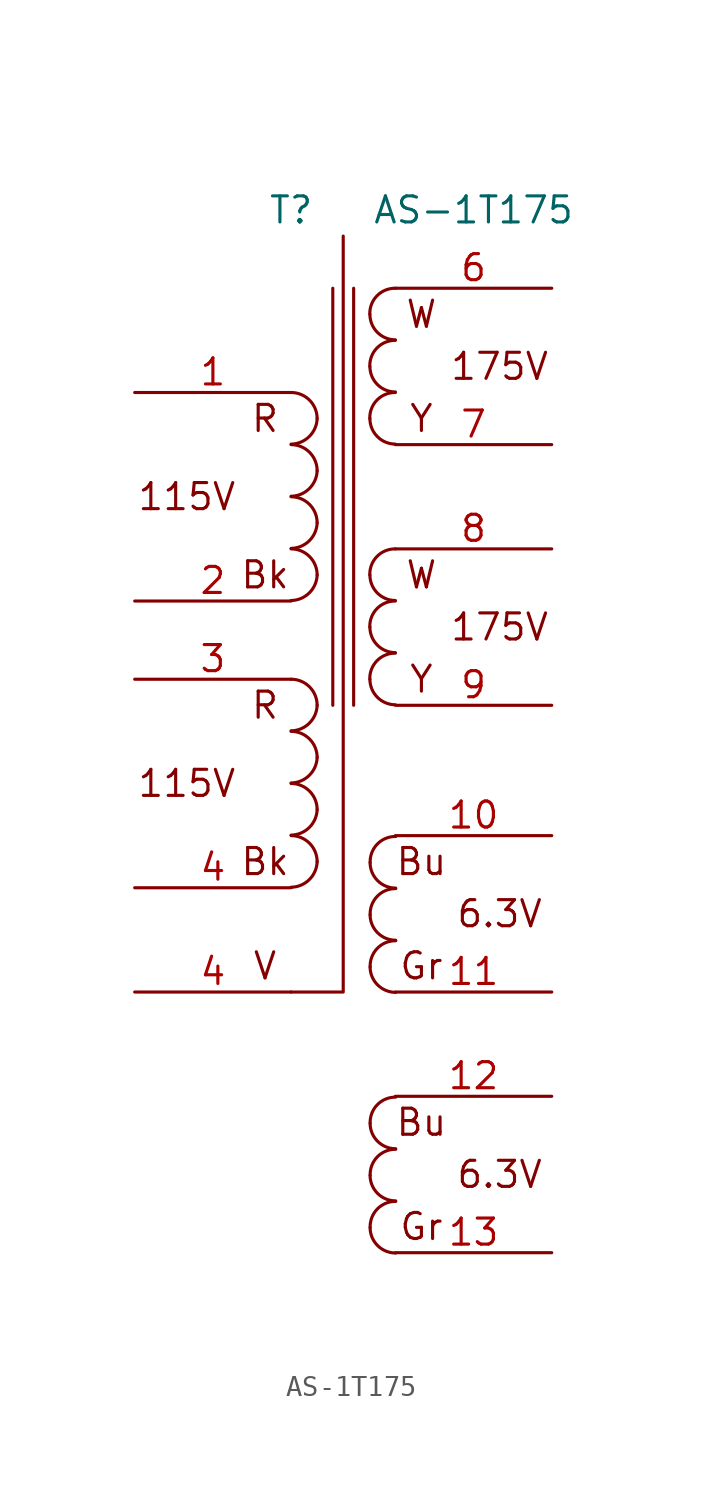
<source format=kicad_sym>
(kicad_symbol_lib
  (version 20211014)
  (generator kicad_symbol_editor)
  (symbol "AS-1T175"
    (pin_names
      (offset 1.016) hide)
    (property "Reference" "T"
      (at -2.54 13.97 0)
      (effects (font (size 1.27 1.27))))
    (property "Value" "AS-1T175"
      (at 6.35 13.97 0)
      (effects (font (size 1.27 1.27))))
    (symbol "AS-1T175_0_0"
      (text "115V" (at -7.62 -13.97 0) (effects (font (size 1.27 1.27))))
      (text "115V" (at -7.62 0 0) (effects (font (size 1.27 1.27))))
      (text "175V" (at 7.62 -6.35 0) (effects (font (size 1.27 1.27))))
      (text "175V" (at 7.62 6.35 0) (effects (font (size 1.27 1.27))))
      (text "6.3V" (at 7.62 -33.02 0) (effects (font (size 1.27 1.27))))
      (text "6.3V" (at 7.62 -20.32 0) (effects (font (size 1.27 1.27))))
      (text "Bk" (at -3.81 -17.78 0) (effects (font (size 1.27 1.27))))
      (text "Bk" (at -3.81 -3.81 0) (effects (font (size 1.27 1.27))))
      (text "Bu" (at 3.81 -30.48 0) (effects (font (size 1.27 1.27))))
      (text "Bu" (at 3.81 -17.78 0) (effects (font (size 1.27 1.27))))
      (text "Gr" (at 3.81 -35.56 0) (effects (font (size 1.27 1.27))))
      (text "Gr" (at 3.81 -22.86 0) (effects (font (size 1.27 1.27))))
      (text "R" (at -3.81 -10.16 0) (effects (font (size 1.27 1.27))))
      (text "R" (at -3.81 3.81 0) (effects (font (size 1.27 1.27))))
      (text "V" (at -3.81 -22.86 0) (effects (font (size 1.27 1.27))))
      (text "W" (at 3.81 -3.81 0) (effects (font (size 1.27 1.27))))
      (text "W" (at 3.81 8.89 0) (effects (font (size 1.27 1.27))))
      (text "Y" (at 3.81 -8.89 0) (effects (font (size 1.27 1.27))))
      (text "Y" (at 3.81 3.81 0) (effects (font (size 1.27 1.27)))))
    (symbol "AS-1T175_0_1"
      (arc (start -2.54 -19.0246) (mid -1.6561 -18.6563) (end -1.27 -17.78) (stroke (width 0) (type default) (color 0 0 0 0)) (fill (type none)))
      (arc (start -2.54 -16.4846) (mid -1.6561 -16.1163) (end -1.27 -15.24) (stroke (width 0) (type default) (color 0 0 0 0)) (fill (type none)))
      (arc (start -2.54 -13.9446) (mid -1.6561 -13.5763) (end -1.27 -12.7) (stroke (width 0) (type default) (color 0 0 0 0)) (fill (type none)))
      (arc (start -2.54 -11.4046) (mid -1.6561 -11.0363) (end -1.27 -10.16) (stroke (width 0) (type default) (color 0 0 0 0)) (fill (type none)))
      (arc (start -2.54 -5.0546) (mid -1.6599 -4.6901) (end -1.27 -3.81) (stroke (width 0) (type default) (color 0 0 0 0)) (fill (type none)))
      (arc (start -2.54 -2.5146) (mid -1.6599 -2.1501) (end -1.27 -1.27) (stroke (width 0) (type default) (color 0 0 0 0)) (fill (type none)))
      (arc (start -2.54 0.0254) (mid -1.6599 0.3899) (end -1.27 1.27) (stroke (width 0) (type default) (color 0 0 0 0)) (fill (type none)))
      (arc (start -2.54 2.5654) (mid -1.6599 2.9299) (end -1.27 3.81) (stroke (width 0) (type default) (color 0 0 0 0)) (fill (type none)))
      (arc (start -1.27 -17.78) (mid -1.642 -16.882) (end -2.54 -16.51) (stroke (width 0) (type default) (color 0 0 0 0)) (fill (type none)))
      (arc (start -1.27 -15.24) (mid -1.642 -14.342) (end -2.54 -13.97) (stroke (width 0) (type default) (color 0 0 0 0)) (fill (type none)))
      (arc (start -1.27 -12.7) (mid -1.642 -11.802) (end -2.54 -11.43) (stroke (width 0) (type default) (color 0 0 0 0)) (fill (type none)))
      (arc (start -1.27 -10.16) (mid -1.642 -9.262) (end -2.54 -8.89) (stroke (width 0) (type default) (color 0 0 0 0)) (fill (type none)))
      (arc (start -1.27 -3.81) (mid -1.642 -2.912) (end -2.54 -2.54) (stroke (width 0) (type default) (color 0 0 0 0)) (fill (type none)))
      (arc (start -1.27 -1.27) (mid -1.642 -0.372) (end -2.54 0) (stroke (width 0) (type default) (color 0 0 0 0)) (fill (type none)))
      (arc (start -1.27 1.27) (mid -1.642 2.168) (end -2.54 2.54) (stroke (width 0) (type default) (color 0 0 0 0)) (fill (type none)))
      (arc (start -1.27 3.81) (mid -1.642 4.708) (end -2.54 5.08) (stroke (width 0) (type default) (color 0 0 0 0)) (fill (type none)))
      (polyline (pts (xy -0.508 -10.16) (xy -0.508 10.16)) (stroke (width 0) (type default) (color 0 0 0 0)) (fill (type none)))
      (polyline (pts (xy 0.508 10.16) (xy 0.508 -10.16)) (stroke (width 0) (type default) (color 0 0 0 0)) (fill (type none)))
      (polyline (pts (xy -2.54 -24.13) (xy 0 -24.13) (xy 0 12.7)) (stroke (width 0) (type default) (color 0 0 0 0)) (fill (type none)))
      (arc (start 1.2954 -8.89) (mid 1.6599 -9.7701) (end 2.54 -10.1346) (stroke (width 0) (type default) (color 0 0 0 0)) (fill (type none)))
      (arc (start 1.2954 -6.35) (mid 1.6599 -7.2301) (end 2.54 -7.5946) (stroke (width 0) (type default) (color 0 0 0 0)) (fill (type none)))
      (arc (start 1.2954 -3.81) (mid 1.6599 -4.6901) (end 2.54 -5.0546) (stroke (width 0) (type default) (color 0 0 0 0)) (fill (type none)))
      (arc (start 1.2954 3.81) (mid 1.6599 2.9299) (end 2.54 2.5654) (stroke (width 0) (type default) (color 0 0 0 0)) (fill (type none)))
      (arc (start 1.2954 6.35) (mid 1.6599 5.4699) (end 2.54 5.1054) (stroke (width 0) (type default) (color 0 0 0 0)) (fill (type none)))
      (arc (start 1.2954 8.89) (mid 1.6599 8.0099) (end 2.54 7.6454) (stroke (width 0) (type default) (color 0 0 0 0)) (fill (type none)))
      (arc (start 1.3124 -35.602) (mid 1.6769 -36.4821) (end 2.557 -36.8466) (stroke (width 0) (type default) (color 0 0 0 0)) (fill (type none)))
      (arc (start 1.3124 -33.062) (mid 1.6769 -33.9421) (end 2.557 -34.3066) (stroke (width 0) (type default) (color 0 0 0 0)) (fill (type none)))
      (arc (start 1.3124 -30.522) (mid 1.6769 -31.4021) (end 2.557 -31.7666) (stroke (width 0) (type default) (color 0 0 0 0)) (fill (type none)))
      (arc (start 1.3124 -22.902) (mid 1.6769 -23.7821) (end 2.557 -24.1466) (stroke (width 0) (type default) (color 0 0 0 0)) (fill (type none)))
      (arc (start 1.3124 -20.362) (mid 1.6769 -21.2421) (end 2.557 -21.6066) (stroke (width 0) (type default) (color 0 0 0 0)) (fill (type none)))
      (arc (start 1.3124 -17.822) (mid 1.6769 -18.7021) (end 2.557 -19.0666) (stroke (width 0) (type default) (color 0 0 0 0)) (fill (type none)))
      (arc (start 2.54 -7.62) (mid 1.642 -7.992) (end 1.2954 -8.89) (stroke (width 0) (type default) (color 0 0 0 0)) (fill (type none)))
      (arc (start 2.54 -5.08) (mid 1.642 -5.452) (end 1.2954 -6.35) (stroke (width 0) (type default) (color 0 0 0 0)) (fill (type none)))
      (arc (start 2.54 -2.54) (mid 1.642 -2.912) (end 1.2954 -3.81) (stroke (width 0) (type default) (color 0 0 0 0)) (fill (type none)))
      (arc (start 2.54 5.08) (mid 1.642 4.708) (end 1.2954 3.81) (stroke (width 0) (type default) (color 0 0 0 0)) (fill (type none)))
      (arc (start 2.54 7.62) (mid 1.642 7.248) (end 1.2954 6.35) (stroke (width 0) (type default) (color 0 0 0 0)) (fill (type none)))
      (arc (start 2.54 10.16) (mid 1.642 9.788) (end 1.2954 8.89) (stroke (width 0) (type default) (color 0 0 0 0)) (fill (type none)))
      (arc (start 2.557 -34.332) (mid 1.6628 -34.7005) (end 1.3124 -35.602) (stroke (width 0) (type default) (color 0 0 0 0)) (fill (type none)))
      (arc (start 2.557 -31.792) (mid 1.6628 -32.1605) (end 1.3124 -33.062) (stroke (width 0) (type default) (color 0 0 0 0)) (fill (type none)))
      (arc (start 2.557 -29.252) (mid 1.6628 -29.6205) (end 1.3124 -30.522) (stroke (width 0) (type default) (color 0 0 0 0)) (fill (type none)))
      (arc (start 2.557 -21.632) (mid 1.6628 -22.0005) (end 1.3124 -22.902) (stroke (width 0) (type default) (color 0 0 0 0)) (fill (type none)))
      (arc (start 2.557 -19.092) (mid 1.6628 -19.4605) (end 1.3124 -20.362) (stroke (width 0) (type default) (color 0 0 0 0)) (fill (type none)))
      (arc (start 2.557 -16.552) (mid 1.6628 -16.9205) (end 1.3124 -17.822) (stroke (width 0) (type default) (color 0 0 0 0)) (fill (type none))))
    (symbol "AS-1T175_1_1"
      (pin passive line (at -10.16 5.08 0) (length 7.62) (name "P1A" (effects (font (size 1.27 1.27)))) (number "1" (effects (font (size 1.27 1.27)))))
      (pin passive line (at 10.16 -16.51 180) (length 7.62) (name "F1A" (effects (font (size 1.27 1.27)))) (number "10" (effects (font (size 1.27 1.27)))))
      (pin passive line (at 10.16 -24.13 180) (length 7.62) (name "F1B" (effects (font (size 1.27 1.27)))) (number "11" (effects (font (size 1.27 1.27)))))
      (pin passive line (at 10.16 -29.21 180) (length 7.62) (name "F2A" (effects (font (size 1.27 1.27)))) (number "12" (effects (font (size 1.27 1.27)))))
      (pin passive line (at 10.16 -36.83 180) (length 7.62) (name "F2B" (effects (font (size 1.27 1.27)))) (number "13" (effects (font (size 1.27 1.27)))))
      (pin passive line (at -10.16 -5.08 0) (length 7.62) (name "P1B" (effects (font (size 1.27 1.27)))) (number "2" (effects (font (size 1.27 1.27)))))
      (pin passive line (at -10.16 -8.89 0) (length 7.62) (name "P2A" (effects (font (size 1.27 1.27)))) (number "3" (effects (font (size 1.27 1.27)))))
      (pin passive line (at -10.16 -19.05 0) (length 7.62) (name "P2B" (effects (font (size 1.27 1.27)))) (number "4" (effects (font (size 1.27 1.27)))))
      (pin passive line (at -10.16 -24.13 0) (length 7.62) (name "SH" (effects (font (size 1.27 1.27)))) (number "4" (effects (font (size 1.27 1.27)))))
      (pin passive line (at 10.16 10.16 180) (length 7.62) (name "H1A" (effects (font (size 1.27 1.27)))) (number "6" (effects (font (size 1.27 1.27)))))
      (pin passive line (at 10.16 2.54 180) (length 7.62) (name "H1B" (effects (font (size 1.27 1.27)))) (number "7" (effects (font (size 1.27 1.27)))))
      (pin passive line (at 10.16 -2.54 180) (length 7.62) (name "H2A" (effects (font (size 1.27 1.27)))) (number "8" (effects (font (size 1.27 1.27)))))
      (pin passive line (at 10.16 -10.16 180) (length 7.62) (name "H2B" (effects (font (size 1.27 1.27)))) (number "9" (effects (font (size 1.27 1.27))))))))
</source>
